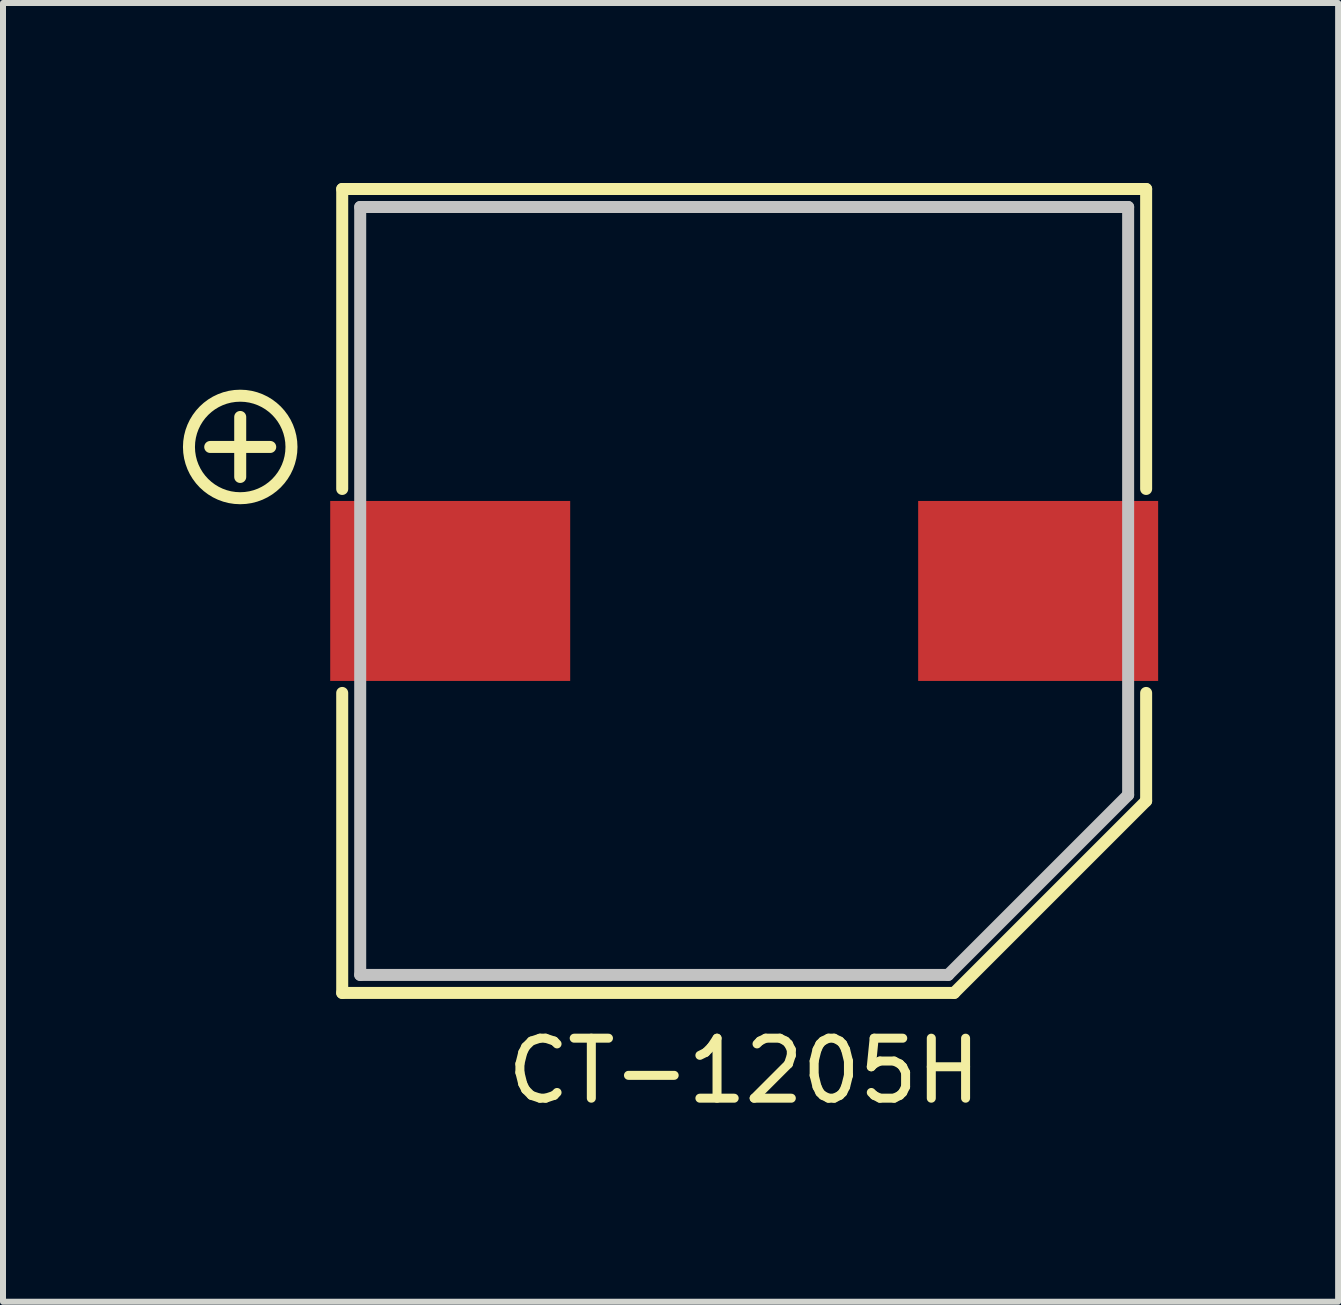
<source format=kicad_pcb>
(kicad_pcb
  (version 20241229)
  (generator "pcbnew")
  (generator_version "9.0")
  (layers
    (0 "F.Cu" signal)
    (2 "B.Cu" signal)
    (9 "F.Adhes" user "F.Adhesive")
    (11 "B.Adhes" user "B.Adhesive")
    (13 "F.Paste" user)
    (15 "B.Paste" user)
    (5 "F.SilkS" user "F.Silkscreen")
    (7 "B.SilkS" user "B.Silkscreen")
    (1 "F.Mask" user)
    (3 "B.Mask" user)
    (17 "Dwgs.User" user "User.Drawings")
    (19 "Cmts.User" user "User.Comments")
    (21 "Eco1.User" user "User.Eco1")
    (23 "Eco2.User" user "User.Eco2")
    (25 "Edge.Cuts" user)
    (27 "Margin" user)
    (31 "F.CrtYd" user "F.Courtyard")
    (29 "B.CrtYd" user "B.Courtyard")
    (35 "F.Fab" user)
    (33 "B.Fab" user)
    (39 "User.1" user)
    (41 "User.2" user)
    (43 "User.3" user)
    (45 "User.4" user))
  (footprint "CT-1205H"
    (layer "F.Cu")
    (at 9.354 6.8)
    (property "Reference" "CT-1205H" (at 0 8 0) (layer "F.SilkS") (effects (font (size 1 1) (thickness 0.15))))
    (attr through_hole)
    (fp_line (start -8.9 -2.4) (end -7.9 -2.4) (stroke (width 0.2) (type solid)) (layer "F.SilkS"))
    (fp_line (start -8.4 -1.9) (end -8.4 -2.9) (stroke (width 0.2) (type solid)) (layer "F.SilkS"))
    (fp_line (start -6.7 -6.7) (end -6.7 -1.7) (stroke (width 0.2) (type solid)) (layer "F.SilkS"))
    (fp_line (start -6.7 6.7) (end -6.7 1.7) (stroke (width 0.2) (type solid)) (layer "F.SilkS"))
    (fp_line (start -6.7 6.7) (end 3.5 6.7) (stroke (width 0.2) (type solid)) (layer "F.SilkS"))
    (fp_line (start 3.5 6.7) (end 6.7 3.5) (stroke (width 0.2) (type solid)) (layer "F.SilkS"))
    (fp_line (start 6.7 -6.7) (end -6.7 -6.7) (stroke (width 0.2) (type solid)) (layer "F.SilkS"))
    (fp_line (start 6.7 -1.7) (end 6.7 -6.7) (stroke (width 0.2) (type solid)) (layer "F.SilkS"))
    (fp_line (start 6.7 3.5) (end 6.7 1.7) (stroke (width 0.2) (type solid)) (layer "F.SilkS"))
    (fp_circle (center -8.4 -2.4) (end -7.6 -2.7) (stroke (width 0.2) (type solid)) (fill no) (layer "F.SilkS"))
    (fp_line (start -6.4 -6.4) (end -6.4 6.4) (stroke (width 0.2) (type solid)) (layer "Dwgs.User"))
    (fp_line (start -6.4 -6.4) (end 6.4 -6.4) (stroke (width 0.2) (type solid)) (layer "Dwgs.User"))
    (fp_line (start -6.4 6.4) (end 3.4 6.4) (stroke (width 0.2) (type solid)) (layer "Dwgs.User"))
    (fp_line (start 3.4 6.4) (end 6.4 3.4) (stroke (width 0.2) (type solid)) (layer "Dwgs.User"))
    (fp_line (start 6.4 3.4) (end 6.4 -6.4) (stroke (width 0.2) (type solid)) (layer "Dwgs.User"))
    (pad "1" smd rect (at -4.9 0) (size 4 3) (layers "F.Cu" "F.Mask" "F.Paste"))
    (pad "2" smd rect (at 4.9 0) (size 4 3) (layers "F.Cu" "F.Mask" "F.Paste")))
  (gr_rect
    (start -3 -3)
    (end 19.254 18.648)
    (stroke (width 0.1) (type default))
    (fill no)
    (layer "Edge.Cuts")))
</source>
